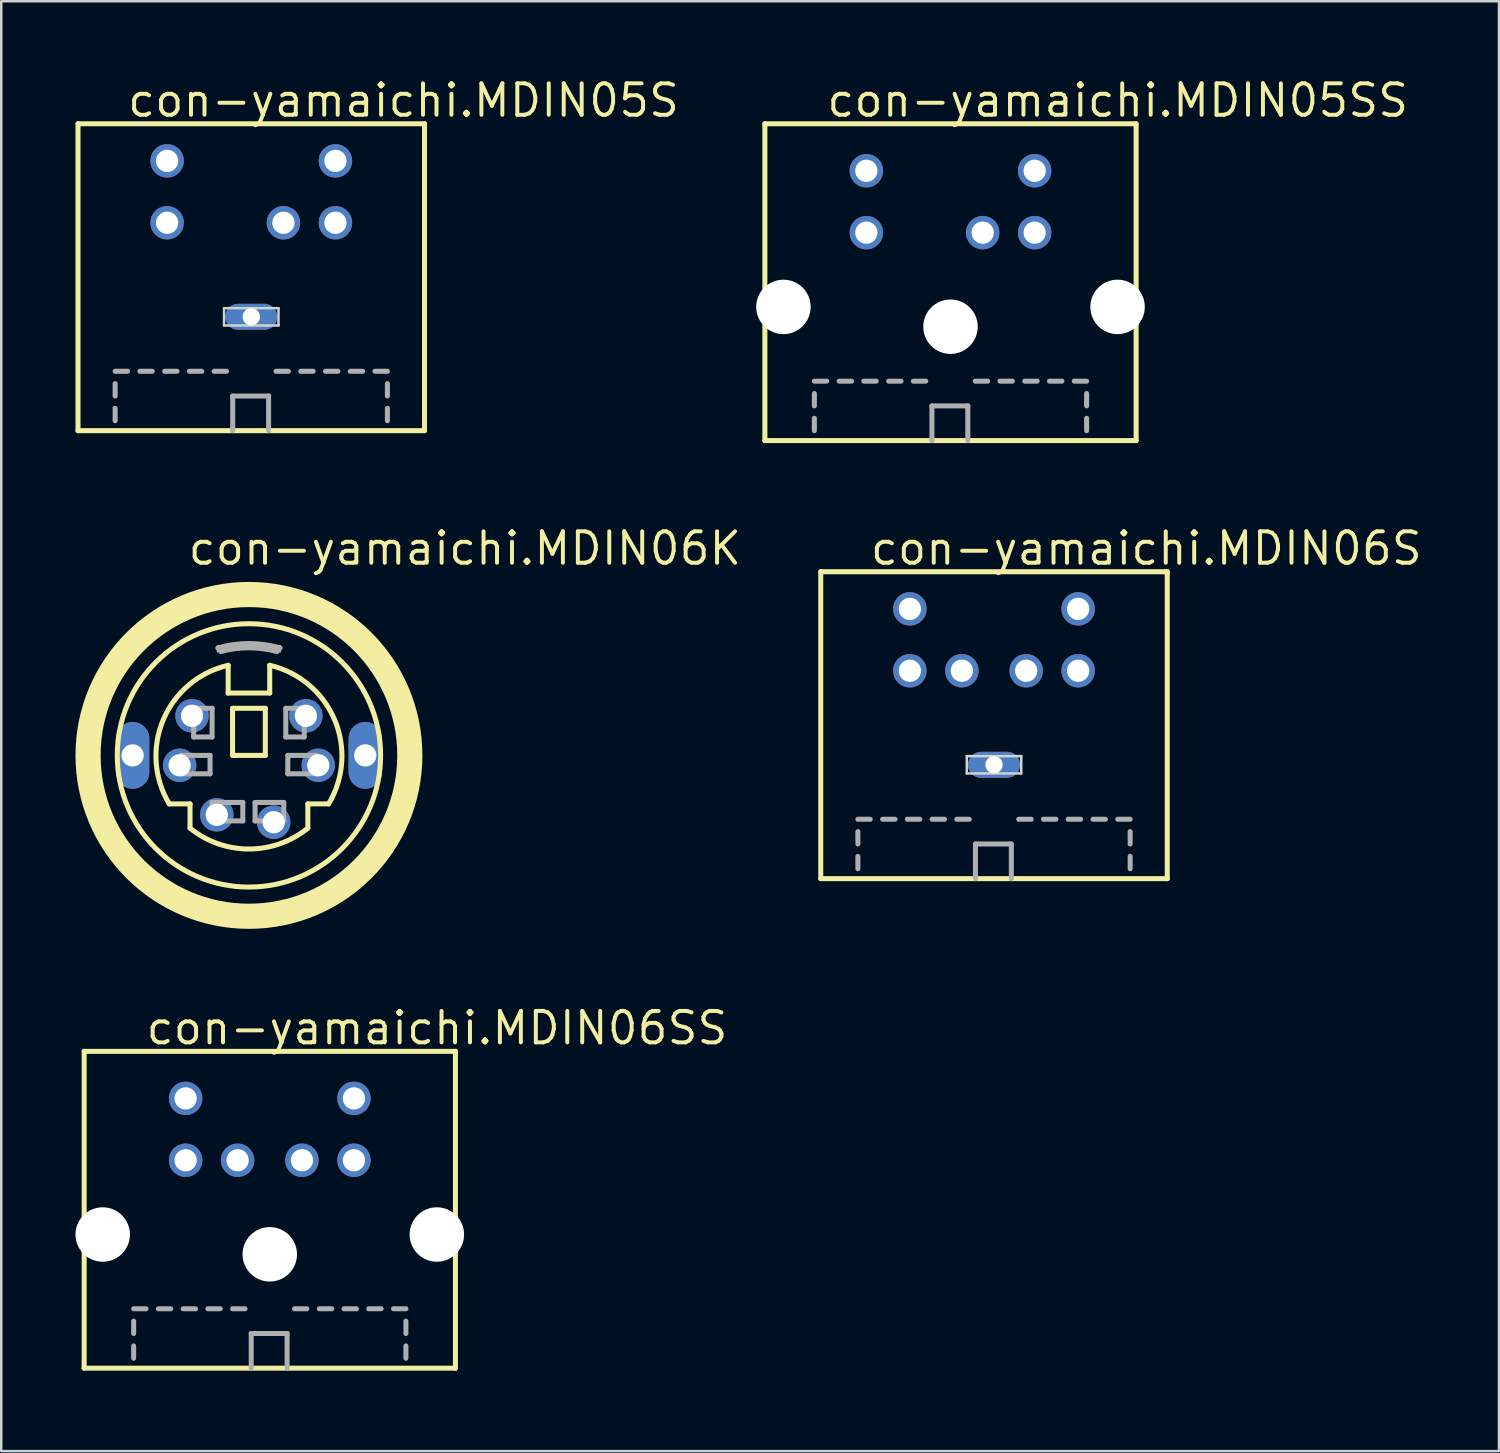
<source format=kicad_pcb>
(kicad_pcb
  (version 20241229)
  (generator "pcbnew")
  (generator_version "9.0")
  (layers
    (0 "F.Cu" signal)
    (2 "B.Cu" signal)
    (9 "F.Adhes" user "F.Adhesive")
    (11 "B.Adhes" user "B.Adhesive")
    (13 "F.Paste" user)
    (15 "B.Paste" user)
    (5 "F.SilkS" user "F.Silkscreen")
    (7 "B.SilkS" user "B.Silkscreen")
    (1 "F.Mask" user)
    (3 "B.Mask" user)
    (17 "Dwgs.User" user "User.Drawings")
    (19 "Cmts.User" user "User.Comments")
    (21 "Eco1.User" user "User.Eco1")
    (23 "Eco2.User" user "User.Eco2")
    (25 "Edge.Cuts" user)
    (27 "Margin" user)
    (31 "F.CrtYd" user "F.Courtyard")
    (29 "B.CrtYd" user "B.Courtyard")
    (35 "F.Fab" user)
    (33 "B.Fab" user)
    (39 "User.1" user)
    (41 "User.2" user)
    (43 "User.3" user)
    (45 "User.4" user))
  (footprint "con-yamaichi.MDIN05SS"
    (layer "F.Cu")
    (at 35.353 14.85)
    (property "Reference" "con-yamaichi.MDIN05SS" (at -5.08 -13.1 0) (layer "F.SilkS") (effects (font (size 1.27 1.27) (thickness 0.16)) (justify left bottom)))
    (attr through_hole)
    (fp_line (start -7.5 -12.9) (end -7.5 -0.1) (stroke (width 0.203) (type default)) (layer "F.SilkS"))
    (fp_line (start -7.5 -0.1) (end 7.5 -0.1) (stroke (width 0.203) (type default)) (layer "F.SilkS"))
    (fp_line (start 7.5 -12.9) (end -7.5 -12.9) (stroke (width 0.203) (type default)) (layer "F.SilkS"))
    (fp_line (start 7.5 -0.1) (end 7.5 -12.9) (stroke (width 0.203) (type default)) (layer "F.SilkS"))
    (fp_line (start -5.5 -2.5) (end -5 -2.5) (stroke (width 0.203) (type default)) (layer "F.Fab"))
    (fp_line (start -5.5 -1.5) (end -5.5 -2) (stroke (width 0.203) (type default)) (layer "F.Fab"))
    (fp_line (start -5.5 -0.5) (end -5.5 -1) (stroke (width 0.203) (type default)) (layer "F.Fab"))
    (fp_line (start -4.5 -2.5) (end -4 -2.5) (stroke (width 0.203) (type default)) (layer "F.Fab"))
    (fp_line (start -3.5 -2.5) (end -3 -2.5) (stroke (width 0.203) (type default)) (layer "F.Fab"))
    (fp_line (start -2.5 -2.5) (end -2 -2.5) (stroke (width 0.203) (type default)) (layer "F.Fab"))
    (fp_line (start -1.5 -2.5) (end -1 -2.5) (stroke (width 0.203) (type default)) (layer "F.Fab"))
    (fp_line (start -0.75 -1.5) (end 0.7 -1.5) (stroke (width 0.203) (type default)) (layer "F.Fab"))
    (fp_line (start -0.75 -0.1) (end -0.75 -1.5) (stroke (width 0.203) (type default)) (layer "F.Fab"))
    (fp_line (start 0.7 -1.5) (end 0.7 -0.1) (stroke (width 0.203) (type default)) (layer "F.Fab"))
    (fp_line (start 1 -2.5) (end 1.5 -2.5) (stroke (width 0.203) (type default)) (layer "F.Fab"))
    (fp_line (start 2 -2.5) (end 2.5 -2.5) (stroke (width 0.203) (type default)) (layer "F.Fab"))
    (fp_line (start 3 -2.5) (end 3.5 -2.5) (stroke (width 0.203) (type default)) (layer "F.Fab"))
    (fp_line (start 4 -2.5) (end 4.5 -2.5) (stroke (width 0.203) (type default)) (layer "F.Fab"))
    (fp_line (start 5 -2.5) (end 5.5 -2.5) (stroke (width 0.203) (type default)) (layer "F.Fab"))
    (fp_line (start 5.5 -1.5) (end 5.5 -2) (stroke (width 0.203) (type default)) (layer "F.Fab"))
    (fp_line (start 5.5 -0.5) (end 5.5 -1) (stroke (width 0.203) (type default)) (layer "F.Fab"))
    (pad "" np_thru_hole circle (at -6.75 -5.5) (size 2.2 2.2) (drill 2.2) (layers "*.Cu" "*.Mask"))
    (pad "" np_thru_hole circle (at 0 -4.7) (size 2.2 2.2) (drill 2.2) (layers "*.Cu" "*.Mask"))
    (pad "" np_thru_hole circle (at 6.75 -5.5) (size 2.2 2.2) (drill 2.2) (layers "*.Cu" "*.Mask"))
    (pad "1" thru_hole circle (at 1.3 -8.5) (size 1.35 1.35) (drill 0.9) (layers "*.Cu" "*.Mask"))
    (pad "2" thru_hole circle (at 3.4 -8.5) (size 1.35 1.35) (drill 0.9) (layers "*.Cu" "*.Mask"))
    (pad "3" thru_hole circle (at -3.4 -8.5) (size 1.35 1.35) (drill 0.9) (layers "*.Cu" "*.Mask"))
    (pad "4" thru_hole circle (at 3.4 -11) (size 1.35 1.35) (drill 0.9) (layers "*.Cu" "*.Mask"))
    (pad "5" thru_hole circle (at -3.4 -11) (size 1.35 1.35) (drill 0.9) (layers "*.Cu" "*.Mask")))
  (footprint "con-yamaichi.MDIN06K"
    (layer "F.Cu")
    (at 7.008 27.47)
    (property "Reference" "con-yamaichi.MDIN06K" (at -2.54 -7.62 0) (layer "F.SilkS") (effects (font (size 1.27 1.27) (thickness 0.16)) (justify left bottom)))
    (attr through_hole)
    (fp_line (start -3.22 1.96) (end -2.38 1.96) (stroke (width 0.203) (type default)) (layer "F.SilkS"))
    (fp_line (start -2.38 1.96) (end -2.38 2.94) (stroke (width 0.203) (type default)) (layer "F.SilkS"))
    (fp_line (start -0.84 -2.52) (end -0.84 -3.64) (stroke (width 0.203) (type default)) (layer "F.SilkS"))
    (fp_line (start -0.662 -1.902) (end 0.662 -1.902) (stroke (width 0.203) (type default)) (layer "F.SilkS"))
    (fp_line (start -0.662 0) (end -0.662 -1.902) (stroke (width 0.203) (type default)) (layer "F.SilkS"))
    (fp_line (start 0.662 -1.902) (end 0.662 0) (stroke (width 0.203) (type default)) (layer "F.SilkS"))
    (fp_line (start 0.662 0) (end -0.662 0) (stroke (width 0.203) (type default)) (layer "F.SilkS"))
    (fp_line (start 0.84 -3.64) (end 0.84 -2.52) (stroke (width 0.203) (type default)) (layer "F.SilkS"))
    (fp_line (start 0.84 -2.52) (end -0.84 -2.52) (stroke (width 0.203) (type default)) (layer "F.SilkS"))
    (fp_line (start 2.38 1.96) (end 2.38 2.94) (stroke (width 0.203) (type default)) (layer "F.SilkS"))
    (fp_line (start 3.22 1.96) (end 2.38 1.96) (stroke (width 0.203) (type default)) (layer "F.SilkS"))
    (fp_arc (start -3.22 1.96) (mid -3.458453 -1.447093) (end -0.84 -3.64) (stroke (width 0.2032) (type default)) (layer "F.SilkS"))
    (fp_arc (start 0.84 -3.64) (mid 3.458453 -1.447093) (end 3.22 1.96) (stroke (width 0.2032) (type default)) (layer "F.SilkS"))
    (fp_arc (start 2.38 2.94) (mid 0 3.782592) (end -2.38 2.94) (stroke (width 0.2032) (type default)) (layer "F.SilkS"))
    (fp_circle (center 0 0) (end 5.32 0) (stroke (width 0.203) (type default)) (fill no) (layer "F.SilkS"))
    (fp_circle (center 0 0) (end 6.5 0) (stroke (width 1.016) (type default)) (fill no) (layer "F.SilkS"))
    (fp_line (start -2.729 0) (end -1.571 0) (stroke (width 0.203) (type default)) (layer "F.Fab"))
    (fp_line (start -2.729 0.744) (end -2.729 0) (stroke (width 0.203) (type default)) (layer "F.Fab"))
    (fp_line (start -2.233 -1.902) (end -1.489 -1.902) (stroke (width 0.203) (type default)) (layer "F.Fab"))
    (fp_line (start -2.233 -0.744) (end -2.233 -1.902) (stroke (width 0.203) (type default)) (layer "F.Fab"))
    (fp_line (start -1.571 0) (end -1.571 0.744) (stroke (width 0.203) (type default)) (layer "F.Fab"))
    (fp_line (start -1.571 0.744) (end -2.729 0.744) (stroke (width 0.203) (type default)) (layer "F.Fab"))
    (fp_line (start -1.489 -1.902) (end -1.489 -0.744) (stroke (width 0.203) (type default)) (layer "F.Fab"))
    (fp_line (start -1.489 -0.744) (end -2.233 -0.744) (stroke (width 0.203) (type default)) (layer "F.Fab"))
    (fp_line (start -1.489 1.902) (end -0.248 1.902) (stroke (width 0.203) (type default)) (layer "F.Fab"))
    (fp_line (start -1.489 2.646) (end -1.489 1.902) (stroke (width 0.203) (type default)) (layer "F.Fab"))
    (fp_line (start -1.25 -4.4) (end -1.25 -4.2) (stroke (width 0.102) (type default)) (layer "F.Fab"))
    (fp_line (start -1.15 -4.4) (end -1.25 -4.4) (stroke (width 0.102) (type default)) (layer "F.Fab"))
    (fp_line (start -1.15 -4.15) (end -1.15 -4.4) (stroke (width 0.102) (type default)) (layer "F.Fab"))
    (fp_line (start -0.248 1.902) (end -0.248 2.646) (stroke (width 0.203) (type default)) (layer "F.Fab"))
    (fp_line (start -0.248 2.646) (end -1.489 2.646) (stroke (width 0.203) (type default)) (layer "F.Fab"))
    (fp_line (start 0.248 1.902) (end 1.406 1.902) (stroke (width 0.203) (type default)) (layer "F.Fab"))
    (fp_line (start 0.248 2.646) (end 0.248 1.902) (stroke (width 0.203) (type default)) (layer "F.Fab"))
    (fp_line (start 1.15 -4.4) (end 1.25 -4.4) (stroke (width 0.102) (type default)) (layer "F.Fab"))
    (fp_line (start 1.15 -4.15) (end 1.15 -4.4) (stroke (width 0.102) (type default)) (layer "F.Fab"))
    (fp_line (start 1.25 -4.4) (end 1.25 -4.2) (stroke (width 0.102) (type default)) (layer "F.Fab"))
    (fp_line (start 1.406 1.902) (end 1.406 2.646) (stroke (width 0.203) (type default)) (layer "F.Fab"))
    (fp_line (start 1.406 2.646) (end 0.248 2.646) (stroke (width 0.203) (type default)) (layer "F.Fab"))
    (fp_line (start 1.489 -1.902) (end 2.233 -1.902) (stroke (width 0.203) (type default)) (layer "F.Fab"))
    (fp_line (start 1.489 -0.744) (end 1.489 -1.902) (stroke (width 0.203) (type default)) (layer "F.Fab"))
    (fp_line (start 1.571 0) (end 2.729 0) (stroke (width 0.203) (type default)) (layer "F.Fab"))
    (fp_line (start 1.571 0.744) (end 1.571 0) (stroke (width 0.203) (type default)) (layer "F.Fab"))
    (fp_line (start 2.233 -1.902) (end 2.233 -0.744) (stroke (width 0.203) (type default)) (layer "F.Fab"))
    (fp_line (start 2.233 -0.744) (end 1.489 -0.744) (stroke (width 0.203) (type default)) (layer "F.Fab"))
    (fp_line (start 2.729 0) (end 2.729 0.744) (stroke (width 0.203) (type default)) (layer "F.Fab"))
    (fp_line (start 2.729 0.744) (end 1.571 0.744) (stroke (width 0.203) (type default)) (layer "F.Fab"))
    (fp_arc (start -1.26 -4.34) (mid 0 -4.519203) (end 1.26 -4.34) (stroke (width 0.2032) (type default)) (layer "F.Fab"))
    (fp_arc (start -1.12 -4.2) (mid 0 -4.346769) (end 1.12 -4.2) (stroke (width 0.2032) (type default)) (layer "F.Fab"))
    (pad "1" thru_hole circle (at 1 2.7) (size 1.35 1.35) (drill 0.9) (layers "*.Cu" "*.Mask"))
    (pad "2" thru_hole circle (at -1.3 2.4) (size 1.35 1.35) (drill 0.9) (layers "*.Cu" "*.Mask"))
    (pad "3" thru_hole circle (at 2.8 0.4) (size 1.35 1.35) (drill 0.9) (layers "*.Cu" "*.Mask"))
    (pad "4" thru_hole circle (at -2.8 0.4) (size 1.35 1.35) (drill 0.9) (layers "*.Cu" "*.Mask"))
    (pad "5" thru_hole circle (at 2.3 -1.6) (size 1.35 1.35) (drill 0.9) (layers "*.Cu" "*.Mask"))
    (pad "6" thru_hole circle (at -2.3 -1.6) (size 1.35 1.35) (drill 0.9) (layers "*.Cu" "*.Mask"))
    (pad "M1" thru_hole oval (at -4.7 0 90) (size 2.7 1.35) (drill 0.9) (layers "*.Cu" "*.Mask"))
    (pad "M2" thru_hole oval (at 4.7 0 90) (size 2.7 1.35) (drill 0.9) (layers "*.Cu" "*.Mask")))
  (footprint "con-yamaichi.MDIN05S"
    (layer "F.Cu")
    (at 7.102 14.45)
    (property "Reference" "con-yamaichi.MDIN05S" (at -5.08 -12.7 0) (layer "F.SilkS") (effects (font (size 1.27 1.27) (thickness 0.16)) (justify left bottom)))
    (attr through_hole)
    (fp_line (start -7 -12.5) (end -7 -0.1) (stroke (width 0.203) (type default)) (layer "F.SilkS"))
    (fp_line (start -7 -0.1) (end 7 -0.1) (stroke (width 0.203) (type default)) (layer "F.SilkS"))
    (fp_line (start 7 -12.5) (end -7 -12.5) (stroke (width 0.203) (type default)) (layer "F.SilkS"))
    (fp_line (start 7 -0.1) (end 7 -12.5) (stroke (width 0.203) (type default)) (layer "F.SilkS"))
    (fp_line (start -1.1 -4.35) (end -1.1 -5.05) (stroke (width 0.1) (type default)) (layer "Edge.Cuts"))
    (fp_line (start 1.1 -5.05) (end -1.1 -5.05) (stroke (width 0.1) (type default)) (layer "Edge.Cuts"))
    (fp_line (start 1.1 -4.35) (end -1.1 -4.35) (stroke (width 0.1) (type default)) (layer "Edge.Cuts"))
    (fp_line (start 1.1 -4.35) (end 1.1 -5.05) (stroke (width 0.1) (type default)) (layer "Edge.Cuts"))
    (fp_line (start -5.5 -2.5) (end -5 -2.5) (stroke (width 0.203) (type default)) (layer "F.Fab"))
    (fp_line (start -5.5 -1.5) (end -5.5 -2) (stroke (width 0.203) (type default)) (layer "F.Fab"))
    (fp_line (start -5.5 -0.5) (end -5.5 -1) (stroke (width 0.203) (type default)) (layer "F.Fab"))
    (fp_line (start -4.5 -2.5) (end -4 -2.5) (stroke (width 0.203) (type default)) (layer "F.Fab"))
    (fp_line (start -3.5 -2.5) (end -3 -2.5) (stroke (width 0.203) (type default)) (layer "F.Fab"))
    (fp_line (start -2.5 -2.5) (end -2 -2.5) (stroke (width 0.203) (type default)) (layer "F.Fab"))
    (fp_line (start -1.5 -2.5) (end -1 -2.5) (stroke (width 0.203) (type default)) (layer "F.Fab"))
    (fp_line (start -0.75 -1.5) (end 0.7 -1.5) (stroke (width 0.203) (type default)) (layer "F.Fab"))
    (fp_line (start -0.75 -0.1) (end -0.75 -1.5) (stroke (width 0.203) (type default)) (layer "F.Fab"))
    (fp_line (start 0.7 -1.5) (end 0.7 -0.1) (stroke (width 0.203) (type default)) (layer "F.Fab"))
    (fp_line (start 1 -2.5) (end 1.5 -2.5) (stroke (width 0.203) (type default)) (layer "F.Fab"))
    (fp_line (start 2 -2.5) (end 2.5 -2.5) (stroke (width 0.203) (type default)) (layer "F.Fab"))
    (fp_line (start 3 -2.5) (end 3.5 -2.5) (stroke (width 0.203) (type default)) (layer "F.Fab"))
    (fp_line (start 4 -2.5) (end 4.5 -2.5) (stroke (width 0.203) (type default)) (layer "F.Fab"))
    (fp_line (start 5 -2.5) (end 5.5 -2.5) (stroke (width 0.203) (type default)) (layer "F.Fab"))
    (fp_line (start 5.5 -1.5) (end 5.5 -2) (stroke (width 0.203) (type default)) (layer "F.Fab"))
    (fp_line (start 5.5 -0.5) (end 5.5 -1) (stroke (width 0.203) (type default)) (layer "F.Fab"))
    (pad "1" thru_hole circle (at 1.3 -8.5) (size 1.35 1.35) (drill 0.9) (layers "*.Cu" "*.Mask"))
    (pad "2" thru_hole circle (at 3.4 -8.5) (size 1.35 1.35) (drill 0.9) (layers "*.Cu" "*.Mask"))
    (pad "3" thru_hole circle (at -3.4 -8.5) (size 1.35 1.35) (drill 0.9) (layers "*.Cu" "*.Mask"))
    (pad "4" thru_hole circle (at 3.4 -11) (size 1.35 1.35) (drill 0.9) (layers "*.Cu" "*.Mask"))
    (pad "5" thru_hole circle (at -3.4 -11) (size 1.35 1.35) (drill 0.9) (layers "*.Cu" "*.Mask"))
    (pad "M" thru_hole oval (at 0 -4.7) (size 2.1 1.05) (drill 0.7) (layers "*.Cu" "*.Mask")))
  (footprint "con-yamaichi.MDIN06S"
    (layer "F.Cu")
    (at 37.111 32.55)
    (property "Reference" "con-yamaichi.MDIN06S" (at -5.08 -12.7 0) (layer "F.SilkS") (effects (font (size 1.27 1.27) (thickness 0.16)) (justify left bottom)))
    (attr through_hole)
    (fp_line (start -7 -12.5) (end -7 -0.1) (stroke (width 0.203) (type default)) (layer "F.SilkS"))
    (fp_line (start -7 -0.1) (end 7 -0.1) (stroke (width 0.203) (type default)) (layer "F.SilkS"))
    (fp_line (start 7 -12.5) (end -7 -12.5) (stroke (width 0.203) (type default)) (layer "F.SilkS"))
    (fp_line (start 7 -0.1) (end 7 -12.5) (stroke (width 0.203) (type default)) (layer "F.SilkS"))
    (fp_line (start -1.1 -4.35) (end -1.1 -5.05) (stroke (width 0.1) (type default)) (layer "Edge.Cuts"))
    (fp_line (start 1.1 -5.05) (end -1.1 -5.05) (stroke (width 0.1) (type default)) (layer "Edge.Cuts"))
    (fp_line (start 1.1 -4.35) (end -1.1 -4.35) (stroke (width 0.1) (type default)) (layer "Edge.Cuts"))
    (fp_line (start 1.1 -4.35) (end 1.1 -5.05) (stroke (width 0.1) (type default)) (layer "Edge.Cuts"))
    (fp_line (start -5.5 -2.5) (end -5 -2.5) (stroke (width 0.203) (type default)) (layer "F.Fab"))
    (fp_line (start -5.5 -1.5) (end -5.5 -2) (stroke (width 0.203) (type default)) (layer "F.Fab"))
    (fp_line (start -5.5 -0.5) (end -5.5 -1) (stroke (width 0.203) (type default)) (layer "F.Fab"))
    (fp_line (start -4.5 -2.5) (end -4 -2.5) (stroke (width 0.203) (type default)) (layer "F.Fab"))
    (fp_line (start -3.5 -2.5) (end -3 -2.5) (stroke (width 0.203) (type default)) (layer "F.Fab"))
    (fp_line (start -2.5 -2.5) (end -2 -2.5) (stroke (width 0.203) (type default)) (layer "F.Fab"))
    (fp_line (start -1.5 -2.5) (end -1 -2.5) (stroke (width 0.203) (type default)) (layer "F.Fab"))
    (fp_line (start -0.75 -1.5) (end 0.7 -1.5) (stroke (width 0.203) (type default)) (layer "F.Fab"))
    (fp_line (start -0.75 -0.1) (end -0.75 -1.5) (stroke (width 0.203) (type default)) (layer "F.Fab"))
    (fp_line (start 0.7 -1.5) (end 0.7 -0.1) (stroke (width 0.203) (type default)) (layer "F.Fab"))
    (fp_line (start 1 -2.5) (end 1.5 -2.5) (stroke (width 0.203) (type default)) (layer "F.Fab"))
    (fp_line (start 2 -2.5) (end 2.5 -2.5) (stroke (width 0.203) (type default)) (layer "F.Fab"))
    (fp_line (start 3 -2.5) (end 3.5 -2.5) (stroke (width 0.203) (type default)) (layer "F.Fab"))
    (fp_line (start 4 -2.5) (end 4.5 -2.5) (stroke (width 0.203) (type default)) (layer "F.Fab"))
    (fp_line (start 5 -2.5) (end 5.5 -2.5) (stroke (width 0.203) (type default)) (layer "F.Fab"))
    (fp_line (start 5.5 -1.5) (end 5.5 -2) (stroke (width 0.203) (type default)) (layer "F.Fab"))
    (fp_line (start 5.5 -0.5) (end 5.5 -1) (stroke (width 0.203) (type default)) (layer "F.Fab"))
    (pad "1" thru_hole circle (at 1.3 -8.5) (size 1.35 1.35) (drill 0.9) (layers "*.Cu" "*.Mask"))
    (pad "2" thru_hole circle (at -1.3 -8.5) (size 1.35 1.35) (drill 0.9) (layers "*.Cu" "*.Mask"))
    (pad "3" thru_hole circle (at 3.4 -8.5) (size 1.35 1.35) (drill 0.9) (layers "*.Cu" "*.Mask"))
    (pad "4" thru_hole circle (at -3.4 -8.5) (size 1.35 1.35) (drill 0.9) (layers "*.Cu" "*.Mask"))
    (pad "5" thru_hole circle (at 3.4 -11) (size 1.35 1.35) (drill 0.9) (layers "*.Cu" "*.Mask"))
    (pad "6" thru_hole circle (at -3.4 -11) (size 1.35 1.35) (drill 0.9) (layers "*.Cu" "*.Mask"))
    (pad "M" thru_hole oval (at 0 -4.7) (size 2.1 1.05) (drill 0.7) (layers "*.Cu" "*.Mask")))
  (footprint "con-yamaichi.MDIN06SS"
    (layer "F.Cu")
    (at 7.85 52.328)
    (property "Reference" "con-yamaichi.MDIN06SS" (at -5.08 -13.1 0) (layer "F.SilkS") (effects (font (size 1.27 1.27) (thickness 0.16)) (justify left bottom)))
    (attr through_hole)
    (fp_line (start -7.5 -12.9) (end -7.5 -0.1) (stroke (width 0.203) (type default)) (layer "F.SilkS"))
    (fp_line (start -7.5 -0.1) (end 7.5 -0.1) (stroke (width 0.203) (type default)) (layer "F.SilkS"))
    (fp_line (start 7.5 -12.9) (end -7.5 -12.9) (stroke (width 0.203) (type default)) (layer "F.SilkS"))
    (fp_line (start 7.5 -0.1) (end 7.5 -12.9) (stroke (width 0.203) (type default)) (layer "F.SilkS"))
    (fp_line (start -5.5 -2.5) (end -5 -2.5) (stroke (width 0.203) (type default)) (layer "F.Fab"))
    (fp_line (start -5.5 -1.5) (end -5.5 -2) (stroke (width 0.203) (type default)) (layer "F.Fab"))
    (fp_line (start -5.5 -0.5) (end -5.5 -1) (stroke (width 0.203) (type default)) (layer "F.Fab"))
    (fp_line (start -4.5 -2.5) (end -4 -2.5) (stroke (width 0.203) (type default)) (layer "F.Fab"))
    (fp_line (start -3.5 -2.5) (end -3 -2.5) (stroke (width 0.203) (type default)) (layer "F.Fab"))
    (fp_line (start -2.5 -2.5) (end -2 -2.5) (stroke (width 0.203) (type default)) (layer "F.Fab"))
    (fp_line (start -1.5 -2.5) (end -1 -2.5) (stroke (width 0.203) (type default)) (layer "F.Fab"))
    (fp_line (start -0.75 -1.5) (end 0.7 -1.5) (stroke (width 0.203) (type default)) (layer "F.Fab"))
    (fp_line (start -0.75 -0.1) (end -0.75 -1.5) (stroke (width 0.203) (type default)) (layer "F.Fab"))
    (fp_line (start 0.7 -1.5) (end 0.7 -0.1) (stroke (width 0.203) (type default)) (layer "F.Fab"))
    (fp_line (start 1 -2.5) (end 1.5 -2.5) (stroke (width 0.203) (type default)) (layer "F.Fab"))
    (fp_line (start 2 -2.5) (end 2.5 -2.5) (stroke (width 0.203) (type default)) (layer "F.Fab"))
    (fp_line (start 3 -2.5) (end 3.5 -2.5) (stroke (width 0.203) (type default)) (layer "F.Fab"))
    (fp_line (start 4 -2.5) (end 4.5 -2.5) (stroke (width 0.203) (type default)) (layer "F.Fab"))
    (fp_line (start 5 -2.5) (end 5.5 -2.5) (stroke (width 0.203) (type default)) (layer "F.Fab"))
    (fp_line (start 5.5 -1.5) (end 5.5 -2) (stroke (width 0.203) (type default)) (layer "F.Fab"))
    (fp_line (start 5.5 -0.5) (end 5.5 -1) (stroke (width 0.203) (type default)) (layer "F.Fab"))
    (pad "" np_thru_hole circle (at -6.75 -5.5) (size 2.2 2.2) (drill 2.2) (layers "*.Cu" "*.Mask"))
    (pad "" np_thru_hole circle (at 0 -4.7) (size 2.2 2.2) (drill 2.2) (layers "*.Cu" "*.Mask"))
    (pad "" np_thru_hole circle (at 6.75 -5.5) (size 2.2 2.2) (drill 2.2) (layers "*.Cu" "*.Mask"))
    (pad "1" thru_hole circle (at 1.3 -8.5) (size 1.35 1.35) (drill 0.9) (layers "*.Cu" "*.Mask"))
    (pad "2" thru_hole circle (at -1.3 -8.5) (size 1.35 1.35) (drill 0.9) (layers "*.Cu" "*.Mask"))
    (pad "3" thru_hole circle (at 3.4 -8.5) (size 1.35 1.35) (drill 0.9) (layers "*.Cu" "*.Mask"))
    (pad "4" thru_hole circle (at -3.4 -8.5) (size 1.35 1.35) (drill 0.9) (layers "*.Cu" "*.Mask"))
    (pad "5" thru_hole circle (at 3.4 -11) (size 1.35 1.35) (drill 0.9) (layers "*.Cu" "*.Mask"))
    (pad "6" thru_hole circle (at -3.4 -11) (size 1.35 1.35) (drill 0.9) (layers "*.Cu" "*.Mask")))
  (gr_rect
    (start -3 -3)
    (end 57.513 55.578)
    (stroke (width 0.1) (type default))
    (fill no)
    (layer "Edge.Cuts")))
</source>
